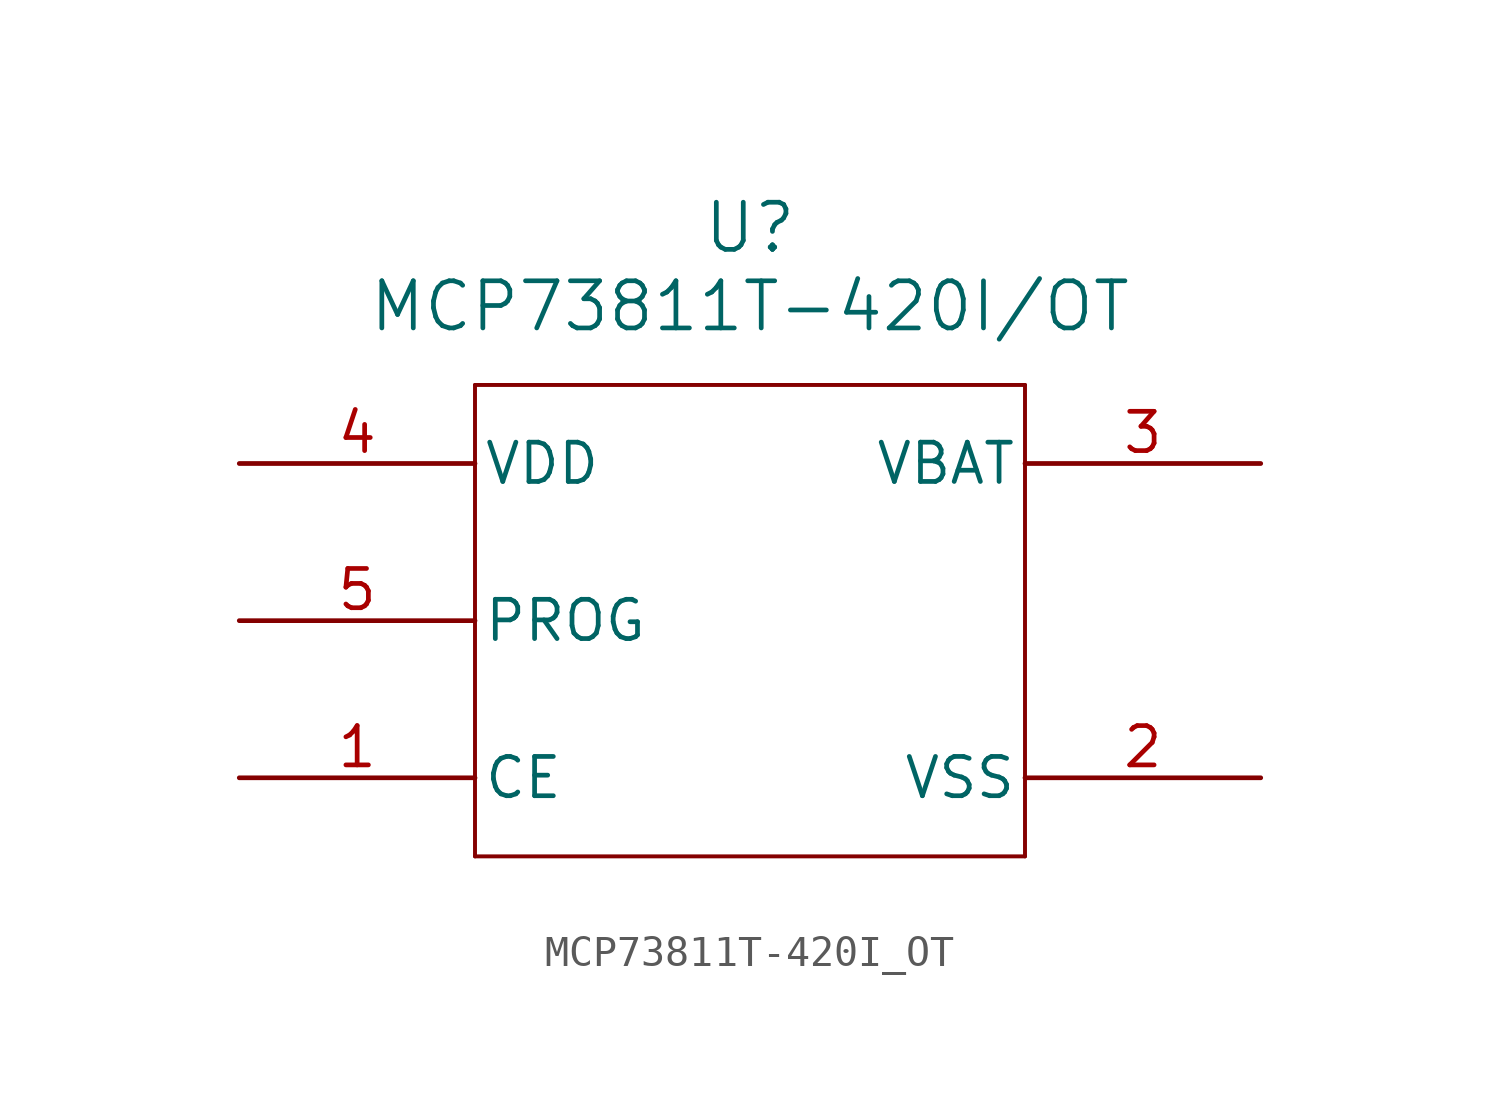
<source format=kicad_sym>
(kicad_symbol_lib
  (version 20211014)
  (generator kicad_symbol_editor)
  (symbol "MCP73811T-420I_OT"
    (pin_names
      (offset 0.254))
    (property "Reference" "U"
      (at 0 12.7 0)
      (effects (font (size 1.524 1.524))))
    (property "Value" "MCP73811T-420I/OT"
      (at 0 10.16 0)
      (effects (font (size 1.524 1.524))))
    (property "ki_locked" ""
      (at 0 0 0)
      (effects (font (size 1.27 1.27))))
    (symbol "MCP73811T-420I_OT_0_1"
      (polyline (pts (xy -8.89 -7.62) (xy 8.89 -7.62)) (stroke (width 0.127) (type default) (color 0 0 0 0)) (fill (type none)))
      (polyline (pts (xy -8.89 7.62) (xy -8.89 -7.62)) (stroke (width 0.127) (type default) (color 0 0 0 0)) (fill (type none)))
      (polyline (pts (xy 8.89 -7.62) (xy 8.89 7.62)) (stroke (width 0.127) (type default) (color 0 0 0 0)) (fill (type none)))
      (polyline (pts (xy 8.89 7.62) (xy -8.89 7.62)) (stroke (width 0.127) (type default) (color 0 0 0 0)) (fill (type none)))
      (pin unspecified line (at -16.51 -5.08 0) (length 7.62) (name "CE" (effects (font (size 1.27 1.27)))) (number "1" (effects (font (size 1.27 1.27)))))
      (pin unspecified line (at 16.51 -5.08 180) (length 7.62) (name "VSS" (effects (font (size 1.27 1.27)))) (number "2" (effects (font (size 1.27 1.27)))))
      (pin unspecified line (at 16.51 5.08 180) (length 7.62) (name "VBAT" (effects (font (size 1.27 1.27)))) (number "3" (effects (font (size 1.27 1.27)))))
      (pin unspecified line (at -16.51 5.08 0) (length 7.62) (name "VDD" (effects (font (size 1.27 1.27)))) (number "4" (effects (font (size 1.27 1.27)))))
      (pin unspecified line (at -16.51 0 0) (length 7.62) (name "PROG" (effects (font (size 1.27 1.27)))) (number "5" (effects (font (size 1.27 1.27))))))))
</source>
